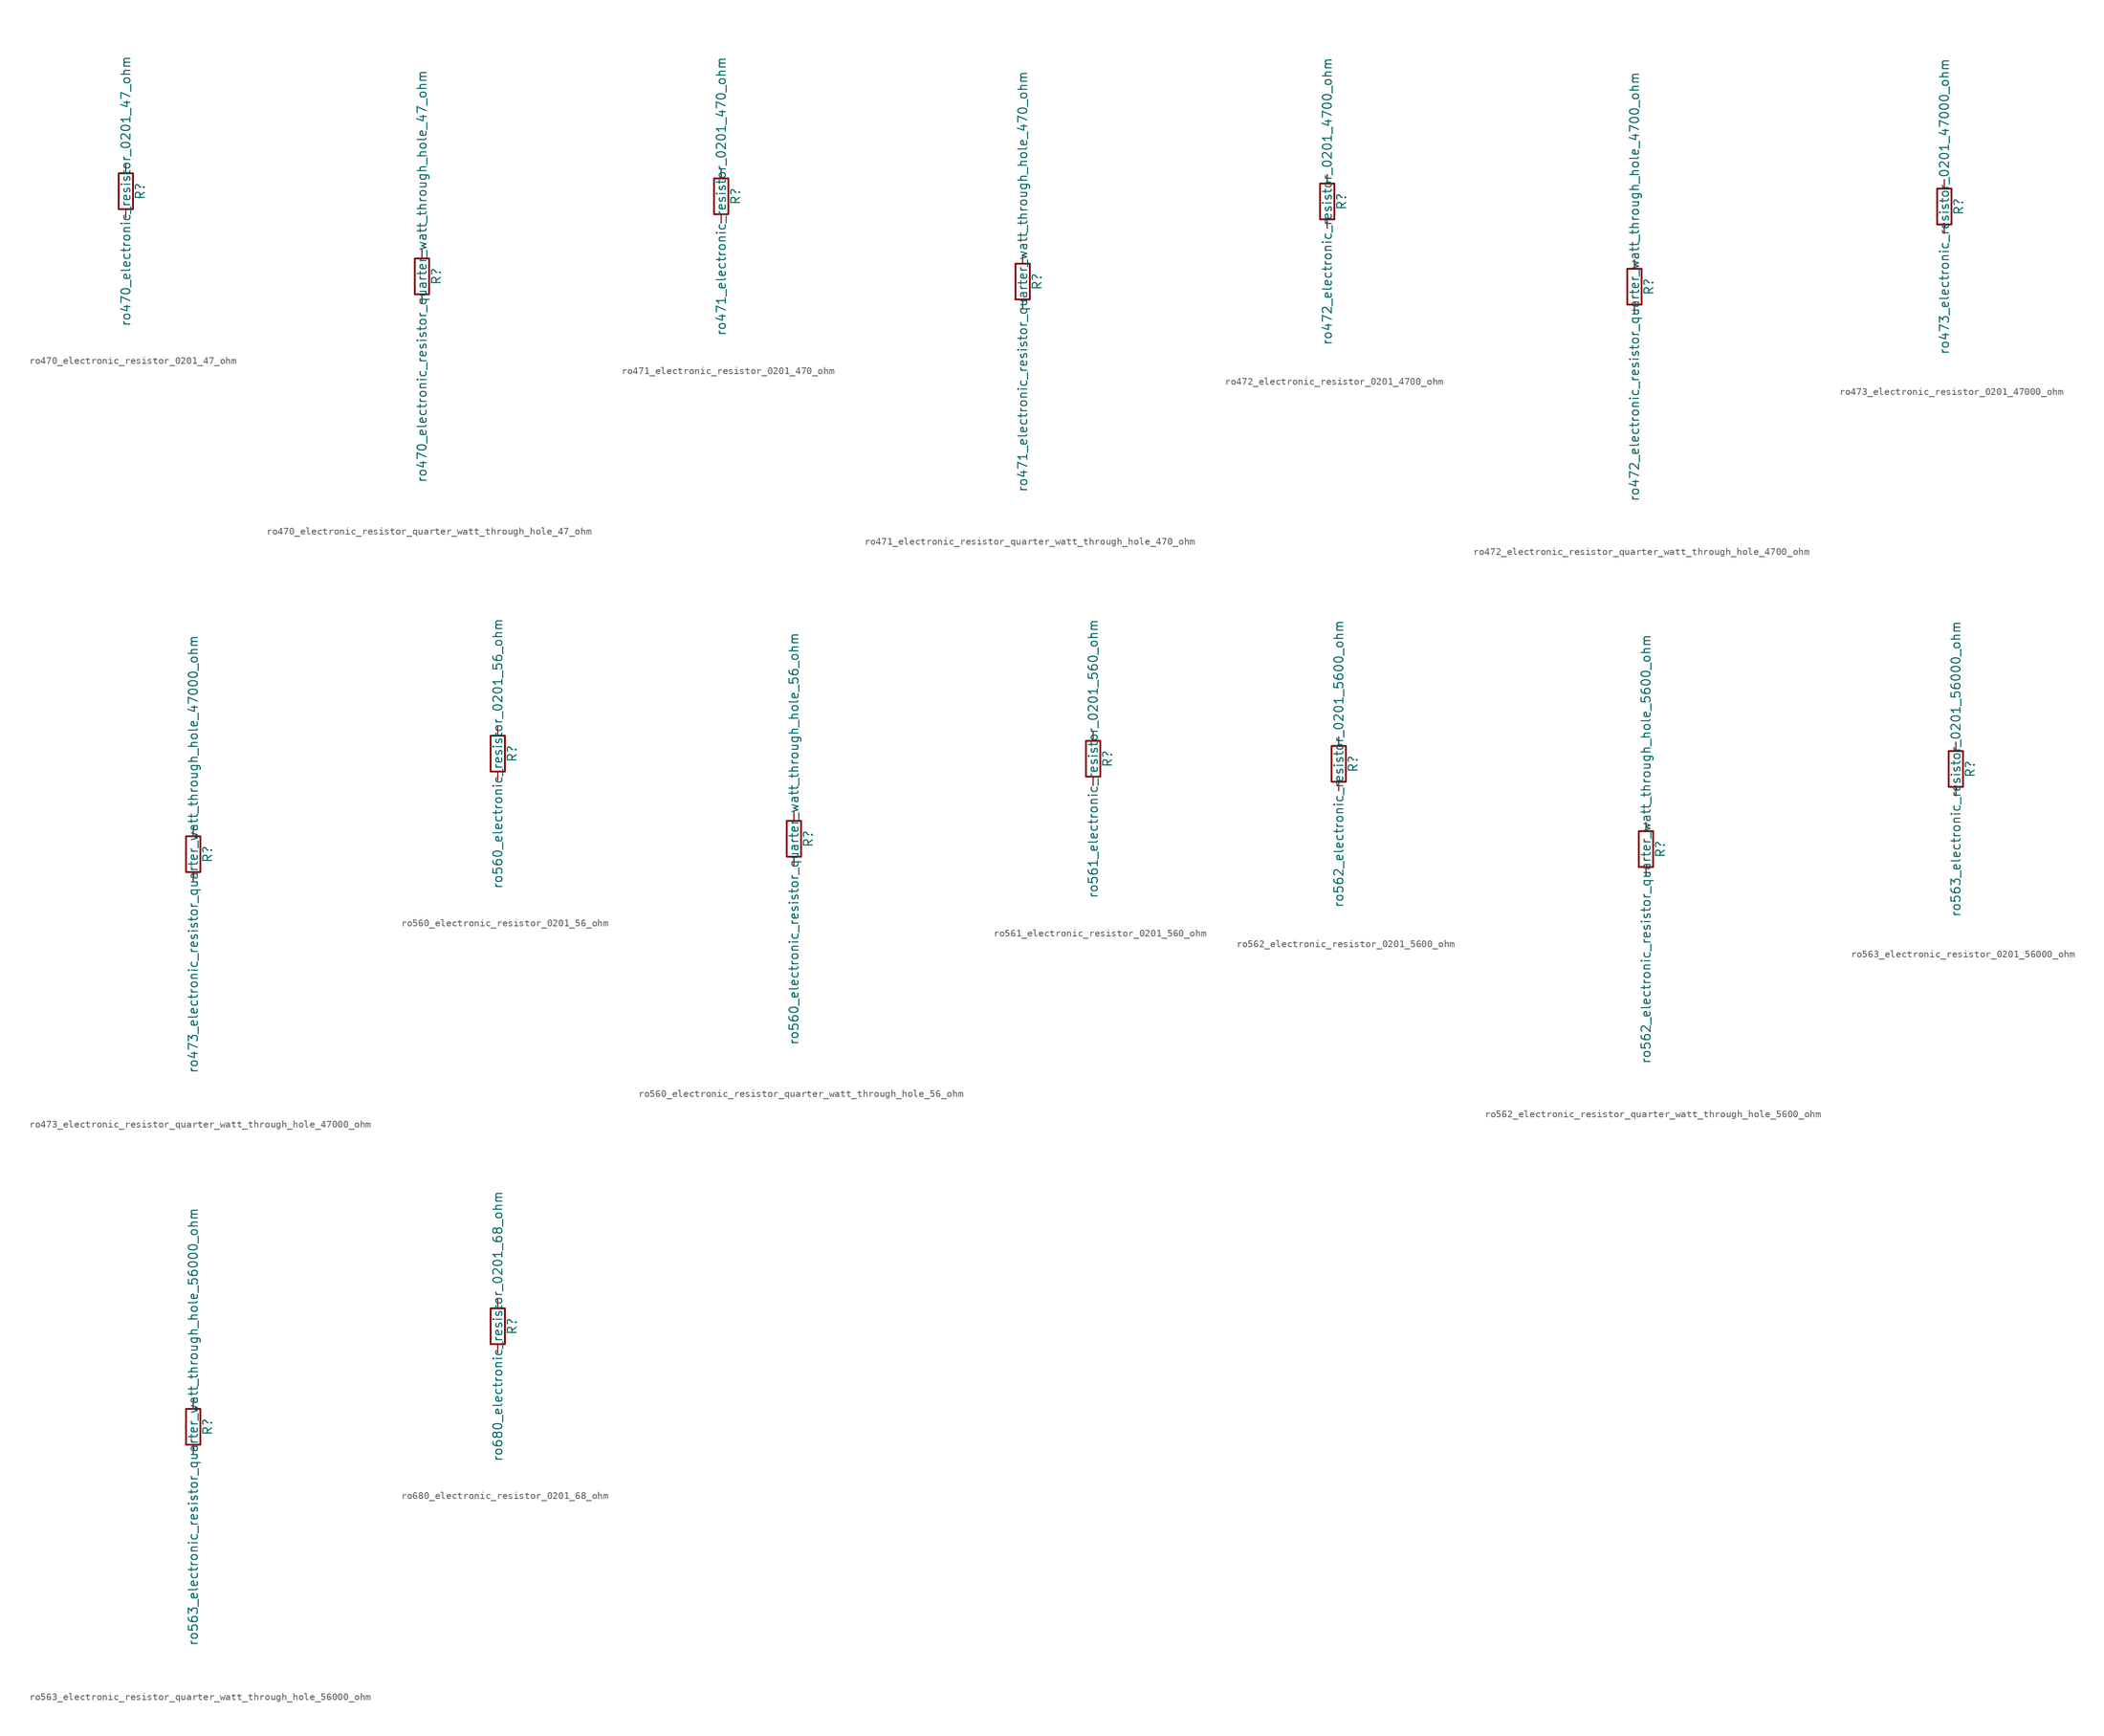
<source format=kicad_sym>
(kicad_symbol_lib
  (version 20220914)
  (generator kicad_symbol_editor)
  (symbol "ro470_electronic_resistor_0201_47_ohm"
    (pin_numbers hide)
    (pin_names
      (offset 0))
    (property "Reference" "R"
      (at 2.032 0 90)
      (effects (font (size 1.27 1.27))))
    (property "Value" "ro470_electronic_resistor_0201_47_ohm"
      (at 0 0 90)
      (effects (font (size 1.27 1.27))))
    (symbol "ro470_electronic_resistor_0201_47_ohm_0_1"
      (rectangle (start -1.016 -2.54) (end 1.016 2.54) (stroke (width 0.254) (type default)) (fill (type none))))
    (symbol "ro470_electronic_resistor_0201_47_ohm_1_1"
      (pin passive line (at 0 3.81 270) (length 1.27) (name "~" (effects (font (size 1.27 1.27)))) (number "1" (effects (font (size 1.27 1.27)))))
      (pin passive line (at 0 -3.81 90) (length 1.27) (name "~" (effects (font (size 1.27 1.27)))) (number "2" (effects (font (size 1.27 1.27)))))))
  (symbol "ro470_electronic_resistor_quarter_watt_through_hole_47_ohm"
    (pin_numbers hide)
    (pin_names
      (offset 0))
    (property "Reference" "R"
      (at 2.032 0 90)
      (effects (font (size 1.27 1.27))))
    (property "Value" "ro470_electronic_resistor_quarter_watt_through_hole_47_ohm"
      (at 0 0 90)
      (effects (font (size 1.27 1.27))))
    (symbol "ro470_electronic_resistor_quarter_watt_through_hole_47_ohm_0_1"
      (rectangle (start -1.016 -2.54) (end 1.016 2.54) (stroke (width 0.254) (type default)) (fill (type none))))
    (symbol "ro470_electronic_resistor_quarter_watt_through_hole_47_ohm_1_1"
      (pin passive line (at 0 3.81 270) (length 1.27) (name "~" (effects (font (size 1.27 1.27)))) (number "1" (effects (font (size 1.27 1.27)))))
      (pin passive line (at 0 -3.81 90) (length 1.27) (name "~" (effects (font (size 1.27 1.27)))) (number "2" (effects (font (size 1.27 1.27)))))))
  (symbol "ro471_electronic_resistor_0201_470_ohm"
    (pin_numbers hide)
    (pin_names
      (offset 0))
    (property "Reference" "R"
      (at 2.032 0 90)
      (effects (font (size 1.27 1.27))))
    (property "Value" "ro471_electronic_resistor_0201_470_ohm"
      (at 0 0 90)
      (effects (font (size 1.27 1.27))))
    (symbol "ro471_electronic_resistor_0201_470_ohm_0_1"
      (rectangle (start -1.016 -2.54) (end 1.016 2.54) (stroke (width 0.254) (type default)) (fill (type none))))
    (symbol "ro471_electronic_resistor_0201_470_ohm_1_1"
      (pin passive line (at 0 3.81 270) (length 1.27) (name "~" (effects (font (size 1.27 1.27)))) (number "1" (effects (font (size 1.27 1.27)))))
      (pin passive line (at 0 -3.81 90) (length 1.27) (name "~" (effects (font (size 1.27 1.27)))) (number "2" (effects (font (size 1.27 1.27)))))))
  (symbol "ro471_electronic_resistor_quarter_watt_through_hole_470_ohm"
    (pin_numbers hide)
    (pin_names
      (offset 0))
    (property "Reference" "R"
      (at 2.032 0 90)
      (effects (font (size 1.27 1.27))))
    (property "Value" "ro471_electronic_resistor_quarter_watt_through_hole_470_ohm"
      (at 0 0 90)
      (effects (font (size 1.27 1.27))))
    (symbol "ro471_electronic_resistor_quarter_watt_through_hole_470_ohm_0_1"
      (rectangle (start -1.016 -2.54) (end 1.016 2.54) (stroke (width 0.254) (type default)) (fill (type none))))
    (symbol "ro471_electronic_resistor_quarter_watt_through_hole_470_ohm_1_1"
      (pin passive line (at 0 3.81 270) (length 1.27) (name "~" (effects (font (size 1.27 1.27)))) (number "1" (effects (font (size 1.27 1.27)))))
      (pin passive line (at 0 -3.81 90) (length 1.27) (name "~" (effects (font (size 1.27 1.27)))) (number "2" (effects (font (size 1.27 1.27)))))))
  (symbol "ro472_electronic_resistor_0201_4700_ohm"
    (pin_numbers hide)
    (pin_names
      (offset 0))
    (property "Reference" "R"
      (at 2.032 0 90)
      (effects (font (size 1.27 1.27))))
    (property "Value" "ro472_electronic_resistor_0201_4700_ohm"
      (at 0 0 90)
      (effects (font (size 1.27 1.27))))
    (symbol "ro472_electronic_resistor_0201_4700_ohm_0_1"
      (rectangle (start -1.016 -2.54) (end 1.016 2.54) (stroke (width 0.254) (type default)) (fill (type none))))
    (symbol "ro472_electronic_resistor_0201_4700_ohm_1_1"
      (pin passive line (at 0 3.81 270) (length 1.27) (name "~" (effects (font (size 1.27 1.27)))) (number "1" (effects (font (size 1.27 1.27)))))
      (pin passive line (at 0 -3.81 90) (length 1.27) (name "~" (effects (font (size 1.27 1.27)))) (number "2" (effects (font (size 1.27 1.27)))))))
  (symbol "ro472_electronic_resistor_quarter_watt_through_hole_4700_ohm"
    (pin_numbers hide)
    (pin_names
      (offset 0))
    (property "Reference" "R"
      (at 2.032 0 90)
      (effects (font (size 1.27 1.27))))
    (property "Value" "ro472_electronic_resistor_quarter_watt_through_hole_4700_ohm"
      (at 0 0 90)
      (effects (font (size 1.27 1.27))))
    (symbol "ro472_electronic_resistor_quarter_watt_through_hole_4700_ohm_0_1"
      (rectangle (start -1.016 -2.54) (end 1.016 2.54) (stroke (width 0.254) (type default)) (fill (type none))))
    (symbol "ro472_electronic_resistor_quarter_watt_through_hole_4700_ohm_1_1"
      (pin passive line (at 0 3.81 270) (length 1.27) (name "~" (effects (font (size 1.27 1.27)))) (number "1" (effects (font (size 1.27 1.27)))))
      (pin passive line (at 0 -3.81 90) (length 1.27) (name "~" (effects (font (size 1.27 1.27)))) (number "2" (effects (font (size 1.27 1.27)))))))
  (symbol "ro473_electronic_resistor_0201_47000_ohm"
    (pin_numbers hide)
    (pin_names
      (offset 0))
    (property "Reference" "R"
      (at 2.032 0 90)
      (effects (font (size 1.27 1.27))))
    (property "Value" "ro473_electronic_resistor_0201_47000_ohm"
      (at 0 0 90)
      (effects (font (size 1.27 1.27))))
    (symbol "ro473_electronic_resistor_0201_47000_ohm_0_1"
      (rectangle (start -1.016 -2.54) (end 1.016 2.54) (stroke (width 0.254) (type default)) (fill (type none))))
    (symbol "ro473_electronic_resistor_0201_47000_ohm_1_1"
      (pin passive line (at 0 3.81 270) (length 1.27) (name "~" (effects (font (size 1.27 1.27)))) (number "1" (effects (font (size 1.27 1.27)))))
      (pin passive line (at 0 -3.81 90) (length 1.27) (name "~" (effects (font (size 1.27 1.27)))) (number "2" (effects (font (size 1.27 1.27)))))))
  (symbol "ro473_electronic_resistor_quarter_watt_through_hole_47000_ohm"
    (pin_numbers hide)
    (pin_names
      (offset 0))
    (property "Reference" "R"
      (at 2.032 0 90)
      (effects (font (size 1.27 1.27))))
    (property "Value" "ro473_electronic_resistor_quarter_watt_through_hole_47000_ohm"
      (at 0 0 90)
      (effects (font (size 1.27 1.27))))
    (symbol "ro473_electronic_resistor_quarter_watt_through_hole_47000_ohm_0_1"
      (rectangle (start -1.016 -2.54) (end 1.016 2.54) (stroke (width 0.254) (type default)) (fill (type none))))
    (symbol "ro473_electronic_resistor_quarter_watt_through_hole_47000_ohm_1_1"
      (pin passive line (at 0 3.81 270) (length 1.27) (name "~" (effects (font (size 1.27 1.27)))) (number "1" (effects (font (size 1.27 1.27)))))
      (pin passive line (at 0 -3.81 90) (length 1.27) (name "~" (effects (font (size 1.27 1.27)))) (number "2" (effects (font (size 1.27 1.27)))))))
  (symbol "ro560_electronic_resistor_0201_56_ohm"
    (pin_numbers hide)
    (pin_names
      (offset 0))
    (property "Reference" "R"
      (at 2.032 0 90)
      (effects (font (size 1.27 1.27))))
    (property "Value" "ro560_electronic_resistor_0201_56_ohm"
      (at 0 0 90)
      (effects (font (size 1.27 1.27))))
    (symbol "ro560_electronic_resistor_0201_56_ohm_0_1"
      (rectangle (start -1.016 -2.54) (end 1.016 2.54) (stroke (width 0.254) (type default)) (fill (type none))))
    (symbol "ro560_electronic_resistor_0201_56_ohm_1_1"
      (pin passive line (at 0 3.81 270) (length 1.27) (name "~" (effects (font (size 1.27 1.27)))) (number "1" (effects (font (size 1.27 1.27)))))
      (pin passive line (at 0 -3.81 90) (length 1.27) (name "~" (effects (font (size 1.27 1.27)))) (number "2" (effects (font (size 1.27 1.27)))))))
  (symbol "ro560_electronic_resistor_quarter_watt_through_hole_56_ohm"
    (pin_numbers hide)
    (pin_names
      (offset 0))
    (property "Reference" "R"
      (at 2.032 0 90)
      (effects (font (size 1.27 1.27))))
    (property "Value" "ro560_electronic_resistor_quarter_watt_through_hole_56_ohm"
      (at 0 0 90)
      (effects (font (size 1.27 1.27))))
    (symbol "ro560_electronic_resistor_quarter_watt_through_hole_56_ohm_0_1"
      (rectangle (start -1.016 -2.54) (end 1.016 2.54) (stroke (width 0.254) (type default)) (fill (type none))))
    (symbol "ro560_electronic_resistor_quarter_watt_through_hole_56_ohm_1_1"
      (pin passive line (at 0 3.81 270) (length 1.27) (name "~" (effects (font (size 1.27 1.27)))) (number "1" (effects (font (size 1.27 1.27)))))
      (pin passive line (at 0 -3.81 90) (length 1.27) (name "~" (effects (font (size 1.27 1.27)))) (number "2" (effects (font (size 1.27 1.27)))))))
  (symbol "ro561_electronic_resistor_0201_560_ohm"
    (pin_numbers hide)
    (pin_names
      (offset 0))
    (property "Reference" "R"
      (at 2.032 0 90)
      (effects (font (size 1.27 1.27))))
    (property "Value" "ro561_electronic_resistor_0201_560_ohm"
      (at 0 0 90)
      (effects (font (size 1.27 1.27))))
    (symbol "ro561_electronic_resistor_0201_560_ohm_0_1"
      (rectangle (start -1.016 -2.54) (end 1.016 2.54) (stroke (width 0.254) (type default)) (fill (type none))))
    (symbol "ro561_electronic_resistor_0201_560_ohm_1_1"
      (pin passive line (at 0 3.81 270) (length 1.27) (name "~" (effects (font (size 1.27 1.27)))) (number "1" (effects (font (size 1.27 1.27)))))
      (pin passive line (at 0 -3.81 90) (length 1.27) (name "~" (effects (font (size 1.27 1.27)))) (number "2" (effects (font (size 1.27 1.27)))))))
  (symbol "ro562_electronic_resistor_0201_5600_ohm"
    (pin_numbers hide)
    (pin_names
      (offset 0))
    (property "Reference" "R"
      (at 2.032 0 90)
      (effects (font (size 1.27 1.27))))
    (property "Value" "ro562_electronic_resistor_0201_5600_ohm"
      (at 0 0 90)
      (effects (font (size 1.27 1.27))))
    (symbol "ro562_electronic_resistor_0201_5600_ohm_0_1"
      (rectangle (start -1.016 -2.54) (end 1.016 2.54) (stroke (width 0.254) (type default)) (fill (type none))))
    (symbol "ro562_electronic_resistor_0201_5600_ohm_1_1"
      (pin passive line (at 0 3.81 270) (length 1.27) (name "~" (effects (font (size 1.27 1.27)))) (number "1" (effects (font (size 1.27 1.27)))))
      (pin passive line (at 0 -3.81 90) (length 1.27) (name "~" (effects (font (size 1.27 1.27)))) (number "2" (effects (font (size 1.27 1.27)))))))
  (symbol "ro562_electronic_resistor_quarter_watt_through_hole_5600_ohm"
    (pin_numbers hide)
    (pin_names
      (offset 0))
    (property "Reference" "R"
      (at 2.032 0 90)
      (effects (font (size 1.27 1.27))))
    (property "Value" "ro562_electronic_resistor_quarter_watt_through_hole_5600_ohm"
      (at 0 0 90)
      (effects (font (size 1.27 1.27))))
    (symbol "ro562_electronic_resistor_quarter_watt_through_hole_5600_ohm_0_1"
      (rectangle (start -1.016 -2.54) (end 1.016 2.54) (stroke (width 0.254) (type default)) (fill (type none))))
    (symbol "ro562_electronic_resistor_quarter_watt_through_hole_5600_ohm_1_1"
      (pin passive line (at 0 3.81 270) (length 1.27) (name "~" (effects (font (size 1.27 1.27)))) (number "1" (effects (font (size 1.27 1.27)))))
      (pin passive line (at 0 -3.81 90) (length 1.27) (name "~" (effects (font (size 1.27 1.27)))) (number "2" (effects (font (size 1.27 1.27)))))))
  (symbol "ro563_electronic_resistor_0201_56000_ohm"
    (pin_numbers hide)
    (pin_names
      (offset 0))
    (property "Reference" "R"
      (at 2.032 0 90)
      (effects (font (size 1.27 1.27))))
    (property "Value" "ro563_electronic_resistor_0201_56000_ohm"
      (at 0 0 90)
      (effects (font (size 1.27 1.27))))
    (symbol "ro563_electronic_resistor_0201_56000_ohm_0_1"
      (rectangle (start -1.016 -2.54) (end 1.016 2.54) (stroke (width 0.254) (type default)) (fill (type none))))
    (symbol "ro563_electronic_resistor_0201_56000_ohm_1_1"
      (pin passive line (at 0 3.81 270) (length 1.27) (name "~" (effects (font (size 1.27 1.27)))) (number "1" (effects (font (size 1.27 1.27)))))
      (pin passive line (at 0 -3.81 90) (length 1.27) (name "~" (effects (font (size 1.27 1.27)))) (number "2" (effects (font (size 1.27 1.27)))))))
  (symbol "ro563_electronic_resistor_quarter_watt_through_hole_56000_ohm"
    (pin_numbers hide)
    (pin_names
      (offset 0))
    (property "Reference" "R"
      (at 2.032 0 90)
      (effects (font (size 1.27 1.27))))
    (property "Value" "ro563_electronic_resistor_quarter_watt_through_hole_56000_ohm"
      (at 0 0 90)
      (effects (font (size 1.27 1.27))))
    (symbol "ro563_electronic_resistor_quarter_watt_through_hole_56000_ohm_0_1"
      (rectangle (start -1.016 -2.54) (end 1.016 2.54) (stroke (width 0.254) (type default)) (fill (type none))))
    (symbol "ro563_electronic_resistor_quarter_watt_through_hole_56000_ohm_1_1"
      (pin passive line (at 0 3.81 270) (length 1.27) (name "~" (effects (font (size 1.27 1.27)))) (number "1" (effects (font (size 1.27 1.27)))))
      (pin passive line (at 0 -3.81 90) (length 1.27) (name "~" (effects (font (size 1.27 1.27)))) (number "2" (effects (font (size 1.27 1.27)))))))
  (symbol "ro680_electronic_resistor_0201_68_ohm"
    (pin_numbers hide)
    (pin_names
      (offset 0))
    (property "Reference" "R"
      (at 2.032 0 90)
      (effects (font (size 1.27 1.27))))
    (property "Value" "ro680_electronic_resistor_0201_68_ohm"
      (at 0 0 90)
      (effects (font (size 1.27 1.27))))
    (symbol "ro680_electronic_resistor_0201_68_ohm_0_1"
      (rectangle (start -1.016 -2.54) (end 1.016 2.54) (stroke (width 0.254) (type default)) (fill (type none))))
    (symbol "ro680_electronic_resistor_0201_68_ohm_1_1"
      (pin passive line (at 0 3.81 270) (length 1.27) (name "~" (effects (font (size 1.27 1.27)))) (number "1" (effects (font (size 1.27 1.27)))))
      (pin passive line (at 0 -3.81 90) (length 1.27) (name "~" (effects (font (size 1.27 1.27)))) (number "2" (effects (font (size 1.27 1.27))))))))
</source>
